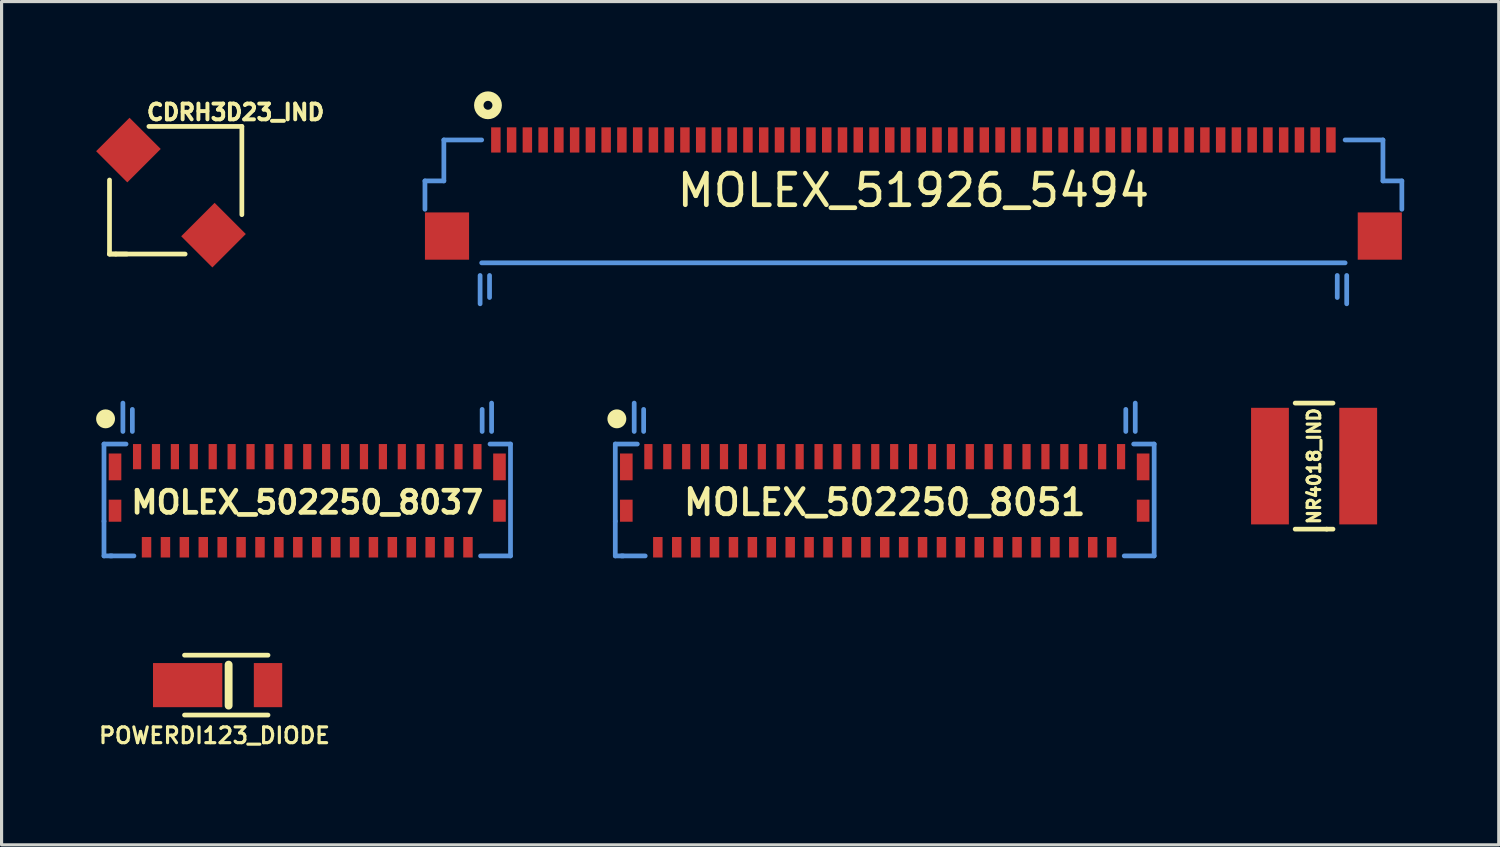
<source format=kicad_pcb>
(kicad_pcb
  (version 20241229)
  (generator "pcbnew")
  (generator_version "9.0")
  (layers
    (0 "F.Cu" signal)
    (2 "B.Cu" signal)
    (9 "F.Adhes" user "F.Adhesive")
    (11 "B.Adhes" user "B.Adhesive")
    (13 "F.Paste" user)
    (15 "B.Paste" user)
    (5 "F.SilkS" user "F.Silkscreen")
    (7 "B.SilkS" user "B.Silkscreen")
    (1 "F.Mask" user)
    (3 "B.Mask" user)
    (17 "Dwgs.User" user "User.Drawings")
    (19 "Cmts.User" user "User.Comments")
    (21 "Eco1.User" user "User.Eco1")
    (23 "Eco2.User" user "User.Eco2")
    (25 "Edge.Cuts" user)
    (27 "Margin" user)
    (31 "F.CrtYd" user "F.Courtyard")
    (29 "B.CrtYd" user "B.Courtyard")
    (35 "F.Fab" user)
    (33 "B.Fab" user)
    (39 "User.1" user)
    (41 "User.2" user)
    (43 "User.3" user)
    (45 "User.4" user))
  (footprint "MOLEX_51926_5494"
    (layer "F.Cu")
    (at 25.935 1.391)
    (property "Reference" "MOLEX_51926_5494" (at 0 1.6 0) (layer "F.SilkS") (effects (font (size 1 1) (thickness 0.15))))
    (attr through_hole)
    (fp_circle (center -13.5 -1.1) (end -13.4 -1) (stroke (width 0.3) (type solid)) (fill no) (layer "F.SilkS"))
    (fp_line (start -15.5 1.3) (end -14.9 1.3) (stroke (width 0.15) (type solid)) (layer "Cmts.User"))
    (fp_line (start -15.5 2.2) (end -15.5 1.3) (stroke (width 0.15) (type solid)) (layer "Cmts.User"))
    (fp_line (start -14.9 0) (end -13.7 0) (stroke (width 0.15) (type solid)) (layer "Cmts.User"))
    (fp_line (start -14.9 1.3) (end -14.9 0) (stroke (width 0.15) (type solid)) (layer "Cmts.User"))
    (fp_line (start -13.75 4.3) (end -13.75 5.2) (stroke (width 0.15) (type solid)) (layer "Cmts.User"))
    (fp_line (start -13.7 3.9) (end 13.7 3.9) (stroke (width 0.15) (type solid)) (layer "Cmts.User"))
    (fp_line (start -13.45 4.3) (end -13.45 5) (stroke (width 0.15) (type solid)) (layer "Cmts.User"))
    (fp_line (start 13.45 4.3) (end 13.45 5) (stroke (width 0.15) (type solid)) (layer "Cmts.User"))
    (fp_line (start 13.75 4.3) (end 13.75 5.2) (stroke (width 0.15) (type solid)) (layer "Cmts.User"))
    (fp_line (start 14.9 0) (end 13.7 0) (stroke (width 0.15) (type solid)) (layer "Cmts.User"))
    (fp_line (start 14.9 1.3) (end 14.9 0) (stroke (width 0.15) (type solid)) (layer "Cmts.User"))
    (fp_line (start 15.5 1.3) (end 14.9 1.3) (stroke (width 0.15) (type solid)) (layer "Cmts.User"))
    (fp_line (start 15.5 2.2) (end 15.5 1.3) (stroke (width 0.15) (type solid)) (layer "Cmts.User"))
    (pad "1" smd rect (at -13.25 0) (size 0.3 0.8) (layers "F.Cu" "F.Mask" "F.Paste"))
    (pad "2" smd rect (at -12.75 0) (size 0.3 0.8) (layers "F.Cu" "F.Mask" "F.Paste"))
    (pad "3" smd rect (at -12.25 0) (size 0.3 0.8) (layers "F.Cu" "F.Mask" "F.Paste"))
    (pad "4" smd rect (at -11.75 0) (size 0.3 0.8) (layers "F.Cu" "F.Mask" "F.Paste"))
    (pad "5" smd rect (at -11.25 0) (size 0.3 0.8) (layers "F.Cu" "F.Mask" "F.Paste"))
    (pad "6" smd rect (at -10.75 0) (size 0.3 0.8) (layers "F.Cu" "F.Mask" "F.Paste"))
    (pad "7" smd rect (at -10.25 0) (size 0.3 0.8) (layers "F.Cu" "F.Mask" "F.Paste"))
    (pad "8" smd rect (at -9.75 0) (size 0.3 0.8) (layers "F.Cu" "F.Mask" "F.Paste"))
    (pad "9" smd rect (at -9.25 0) (size 0.3 0.8) (layers "F.Cu" "F.Mask" "F.Paste"))
    (pad "10" smd rect (at -8.75 0) (size 0.3 0.8) (layers "F.Cu" "F.Mask" "F.Paste"))
    (pad "11" smd rect (at -8.25 0) (size 0.3 0.8) (layers "F.Cu" "F.Mask" "F.Paste"))
    (pad "12" smd rect (at -7.75 0) (size 0.3 0.8) (layers "F.Cu" "F.Mask" "F.Paste"))
    (pad "13" smd rect (at -7.25 0) (size 0.3 0.8) (layers "F.Cu" "F.Mask" "F.Paste"))
    (pad "14" smd rect (at -6.75 0) (size 0.3 0.8) (layers "F.Cu" "F.Mask" "F.Paste"))
    (pad "15" smd rect (at -6.25 0) (size 0.3 0.8) (layers "F.Cu" "F.Mask" "F.Paste"))
    (pad "16" smd rect (at -5.75 0) (size 0.3 0.8) (layers "F.Cu" "F.Mask" "F.Paste"))
    (pad "17" smd rect (at -5.25 0) (size 0.3 0.8) (layers "F.Cu" "F.Mask" "F.Paste"))
    (pad "18" smd rect (at -4.75 0) (size 0.3 0.8) (layers "F.Cu" "F.Mask" "F.Paste"))
    (pad "19" smd rect (at -4.25 0) (size 0.3 0.8) (layers "F.Cu" "F.Mask" "F.Paste"))
    (pad "20" smd rect (at -3.75 0) (size 0.3 0.8) (layers "F.Cu" "F.Mask" "F.Paste"))
    (pad "21" smd rect (at -3.25 0) (size 0.3 0.8) (layers "F.Cu" "F.Mask" "F.Paste"))
    (pad "22" smd rect (at -2.75 0) (size 0.3 0.8) (layers "F.Cu" "F.Mask" "F.Paste"))
    (pad "23" smd rect (at -2.25 0) (size 0.3 0.8) (layers "F.Cu" "F.Mask" "F.Paste"))
    (pad "24" smd rect (at -1.75 0) (size 0.3 0.8) (layers "F.Cu" "F.Mask" "F.Paste"))
    (pad "25" smd rect (at -1.25 0) (size 0.3 0.8) (layers "F.Cu" "F.Mask" "F.Paste"))
    (pad "26" smd rect (at -0.75 0) (size 0.3 0.8) (layers "F.Cu" "F.Mask" "F.Paste"))
    (pad "27" smd rect (at -0.25 0) (size 0.3 0.8) (layers "F.Cu" "F.Mask" "F.Paste"))
    (pad "28" smd rect (at 0.25 0) (size 0.3 0.8) (layers "F.Cu" "F.Mask" "F.Paste"))
    (pad "29" smd rect (at 0.75 0) (size 0.3 0.8) (layers "F.Cu" "F.Mask" "F.Paste"))
    (pad "30" smd rect (at 1.25 0) (size 0.3 0.8) (layers "F.Cu" "F.Mask" "F.Paste"))
    (pad "31" smd rect (at 1.75 0) (size 0.3 0.8) (layers "F.Cu" "F.Mask" "F.Paste"))
    (pad "32" smd rect (at 2.25 0) (size 0.3 0.8) (layers "F.Cu" "F.Mask" "F.Paste"))
    (pad "33" smd rect (at 2.75 0) (size 0.3 0.8) (layers "F.Cu" "F.Mask" "F.Paste"))
    (pad "34" smd rect (at 3.25 0) (size 0.3 0.8) (layers "F.Cu" "F.Mask" "F.Paste"))
    (pad "35" smd rect (at 3.75 0) (size 0.3 0.8) (layers "F.Cu" "F.Mask" "F.Paste"))
    (pad "36" smd rect (at 4.25 0) (size 0.3 0.8) (layers "F.Cu" "F.Mask" "F.Paste"))
    (pad "37" smd rect (at 4.75 0) (size 0.3 0.8) (layers "F.Cu" "F.Mask" "F.Paste"))
    (pad "38" smd rect (at 5.25 0) (size 0.3 0.8) (layers "F.Cu" "F.Mask" "F.Paste"))
    (pad "39" smd rect (at 5.75 0) (size 0.3 0.8) (layers "F.Cu" "F.Mask" "F.Paste"))
    (pad "40" smd rect (at 6.25 0) (size 0.3 0.8) (layers "F.Cu" "F.Mask" "F.Paste"))
    (pad "41" smd rect (at 6.75 0) (size 0.3 0.8) (layers "F.Cu" "F.Mask" "F.Paste"))
    (pad "42" smd rect (at 7.25 0) (size 0.3 0.8) (layers "F.Cu" "F.Mask" "F.Paste"))
    (pad "43" smd rect (at 7.75 0) (size 0.3 0.8) (layers "F.Cu" "F.Mask" "F.Paste"))
    (pad "44" smd rect (at 8.25 0) (size 0.3 0.8) (layers "F.Cu" "F.Mask" "F.Paste"))
    (pad "45" smd rect (at 8.75 0) (size 0.3 0.8) (layers "F.Cu" "F.Mask" "F.Paste"))
    (pad "46" smd rect (at 9.25 0) (size 0.3 0.8) (layers "F.Cu" "F.Mask" "F.Paste"))
    (pad "47" smd rect (at 9.75 0) (size 0.3 0.8) (layers "F.Cu" "F.Mask" "F.Paste"))
    (pad "48" smd rect (at 10.25 0) (size 0.3 0.8) (layers "F.Cu" "F.Mask" "F.Paste"))
    (pad "49" smd rect (at 10.75 0) (size 0.3 0.8) (layers "F.Cu" "F.Mask" "F.Paste"))
    (pad "50" smd rect (at 11.25 0) (size 0.3 0.8) (layers "F.Cu" "F.Mask" "F.Paste"))
    (pad "51" smd rect (at 11.75 0) (size 0.3 0.8) (layers "F.Cu" "F.Mask" "F.Paste"))
    (pad "52" smd rect (at 12.25 0) (size 0.3 0.8) (layers "F.Cu" "F.Mask" "F.Paste"))
    (pad "53" smd rect (at 12.75 0) (size 0.3 0.8) (layers "F.Cu" "F.Mask" "F.Paste"))
    (pad "54" smd rect (at 13.25 0) (size 0.3 0.8) (layers "F.Cu" "F.Mask" "F.Paste"))
    (pad "SH" smd rect (at -14.8 3.05) (size 1.4 1.5) (layers "F.Cu" "F.Mask" "F.Paste"))
    (pad "SH" smd rect (at 14.8 3.05) (size 1.4 1.5) (layers "F.Cu" "F.Mask" "F.Paste")))
  (footprint "MOLEX_502250_8051"
    (layer "F.Cu")
    (at 25.025 11.441)
    (property "Reference" "MOLEX_502250_8051" (at 0 1.45 0) (layer "F.SilkS") (effects (font (size 0.8 0.8) (thickness 0.15))))
    (attr through_hole)
    (fp_circle (center -8.5 -1.2) (end -8.5 -1.35) (stroke (width 0.3) (type solid)) (fill no) (layer "F.SilkS"))
    (fp_line (start -8.55 -0.4) (end -8.55 2.05) (stroke (width 0.15) (type solid)) (layer "Cmts.User"))
    (fp_line (start -8.55 2.05) (end -8.55 3.15) (stroke (width 0.15) (type solid)) (layer "Cmts.User"))
    (fp_line (start -8.55 3.15) (end -8.3 3.15) (stroke (width 0.15) (type solid)) (layer "Cmts.User"))
    (fp_line (start -7.95 -0.8) (end -7.95 -1.7) (stroke (width 0.15) (type solid)) (layer "Cmts.User"))
    (fp_line (start -7.85 -0.4) (end -8.55 -0.4) (stroke (width 0.15) (type solid)) (layer "Cmts.User"))
    (fp_line (start -7.65 -0.8) (end -7.65 -1.5) (stroke (width 0.15) (type solid)) (layer "Cmts.User"))
    (fp_line (start -7.6 3.15) (end -8.35 3.15) (stroke (width 0.15) (type solid)) (layer "Cmts.User"))
    (fp_line (start 7.6 3.15) (end 8.55 3.15) (stroke (width 0.15) (type solid)) (layer "Cmts.User"))
    (fp_line (start 7.65 -0.8) (end 7.65 -1.5) (stroke (width 0.15) (type solid)) (layer "Cmts.User"))
    (fp_line (start 7.95 -0.8) (end 7.95 -1.7) (stroke (width 0.15) (type solid)) (layer "Cmts.User"))
    (fp_line (start 8.55 -0.4) (end 7.9 -0.4) (stroke (width 0.15) (type solid)) (layer "Cmts.User"))
    (fp_line (start 8.55 3.15) (end 8.55 -0.4) (stroke (width 0.15) (type solid)) (layer "Cmts.User"))
    (pad "1" smd rect (at -7.5 0) (size 0.26 0.8) (layers "F.Cu" "F.Mask" "F.Paste"))
    (pad "2" smd rect (at -7.2 2.875) (size 0.3 0.65) (layers "F.Cu" "F.Mask" "F.Paste"))
    (pad "3" smd rect (at -6.9 0) (size 0.26 0.8) (layers "F.Cu" "F.Mask" "F.Paste"))
    (pad "4" smd rect (at -6.6 2.875) (size 0.3 0.65) (layers "F.Cu" "F.Mask" "F.Paste"))
    (pad "5" smd rect (at -6.3 0) (size 0.26 0.8) (layers "F.Cu" "F.Mask" "F.Paste"))
    (pad "6" smd rect (at -6 2.875) (size 0.3 0.65) (layers "F.Cu" "F.Mask" "F.Paste"))
    (pad "7" smd rect (at -5.7 0) (size 0.26 0.8) (layers "F.Cu" "F.Mask" "F.Paste"))
    (pad "8" smd rect (at -5.4 2.875) (size 0.3 0.65) (layers "F.Cu" "F.Mask" "F.Paste"))
    (pad "9" smd rect (at -5.1 0) (size 0.26 0.8) (layers "F.Cu" "F.Mask" "F.Paste"))
    (pad "10" smd rect (at -4.8 2.875) (size 0.3 0.65) (layers "F.Cu" "F.Mask" "F.Paste"))
    (pad "11" smd rect (at -4.5 0) (size 0.26 0.8) (layers "F.Cu" "F.Mask" "F.Paste"))
    (pad "12" smd rect (at -4.2 2.875) (size 0.3 0.65) (layers "F.Cu" "F.Mask" "F.Paste"))
    (pad "13" smd rect (at -3.9 0) (size 0.26 0.8) (layers "F.Cu" "F.Mask" "F.Paste"))
    (pad "14" smd rect (at -3.6 2.875) (size 0.3 0.65) (layers "F.Cu" "F.Mask" "F.Paste"))
    (pad "15" smd rect (at -3.3 0) (size 0.26 0.8) (layers "F.Cu" "F.Mask" "F.Paste"))
    (pad "16" smd rect (at -3 2.875) (size 0.3 0.65) (layers "F.Cu" "F.Mask" "F.Paste"))
    (pad "17" smd rect (at -2.7 0) (size 0.26 0.8) (layers "F.Cu" "F.Mask" "F.Paste"))
    (pad "18" smd rect (at -2.4 2.875) (size 0.3 0.65) (layers "F.Cu" "F.Mask" "F.Paste"))
    (pad "19" smd rect (at -2.1 0) (size 0.26 0.8) (layers "F.Cu" "F.Mask" "F.Paste"))
    (pad "20" smd rect (at -1.8 2.875) (size 0.3 0.65) (layers "F.Cu" "F.Mask" "F.Paste"))
    (pad "21" smd rect (at -1.5 0) (size 0.26 0.8) (layers "F.Cu" "F.Mask" "F.Paste"))
    (pad "22" smd rect (at -1.2 2.875) (size 0.3 0.65) (layers "F.Cu" "F.Mask" "F.Paste"))
    (pad "23" smd rect (at -0.9 0) (size 0.26 0.8) (layers "F.Cu" "F.Mask" "F.Paste"))
    (pad "24" smd rect (at -0.6 2.875) (size 0.3 0.65) (layers "F.Cu" "F.Mask" "F.Paste"))
    (pad "25" smd rect (at -0.3 0) (size 0.26 0.8) (layers "F.Cu" "F.Mask" "F.Paste"))
    (pad "26" smd rect (at 0 2.875) (size 0.3 0.65) (layers "F.Cu" "F.Mask" "F.Paste"))
    (pad "27" smd rect (at 0.3 0) (size 0.26 0.8) (layers "F.Cu" "F.Mask" "F.Paste"))
    (pad "28" smd rect (at 0.6 2.875) (size 0.3 0.65) (layers "F.Cu" "F.Mask" "F.Paste"))
    (pad "29" smd rect (at 0.9 0) (size 0.26 0.8) (layers "F.Cu" "F.Mask" "F.Paste"))
    (pad "30" smd rect (at 1.2 2.875) (size 0.3 0.65) (layers "F.Cu" "F.Mask" "F.Paste"))
    (pad "31" smd rect (at 1.5 0) (size 0.26 0.8) (layers "F.Cu" "F.Mask" "F.Paste"))
    (pad "32" smd rect (at 1.8 2.875) (size 0.3 0.65) (layers "F.Cu" "F.Mask" "F.Paste"))
    (pad "33" smd rect (at 2.1 0) (size 0.26 0.8) (layers "F.Cu" "F.Mask" "F.Paste"))
    (pad "34" smd rect (at 2.4 2.875) (size 0.3 0.65) (layers "F.Cu" "F.Mask" "F.Paste"))
    (pad "35" smd rect (at 2.7 0) (size 0.26 0.8) (layers "F.Cu" "F.Mask" "F.Paste"))
    (pad "36" smd rect (at 3 2.875) (size 0.3 0.65) (layers "F.Cu" "F.Mask" "F.Paste"))
    (pad "37" smd rect (at 3.3 0) (size 0.26 0.8) (layers "F.Cu" "F.Mask" "F.Paste"))
    (pad "38" smd rect (at 3.6 2.875) (size 0.3 0.65) (layers "F.Cu" "F.Mask" "F.Paste"))
    (pad "39" smd rect (at 3.9 0) (size 0.26 0.8) (layers "F.Cu" "F.Mask" "F.Paste"))
    (pad "40" smd rect (at 4.2 2.875) (size 0.3 0.65) (layers "F.Cu" "F.Mask" "F.Paste"))
    (pad "41" smd rect (at 4.5 0) (size 0.26 0.8) (layers "F.Cu" "F.Mask" "F.Paste"))
    (pad "42" smd rect (at 4.8 2.875) (size 0.3 0.65) (layers "F.Cu" "F.Mask" "F.Paste"))
    (pad "43" smd rect (at 5.1 0) (size 0.26 0.8) (layers "F.Cu" "F.Mask" "F.Paste"))
    (pad "44" smd rect (at 5.4 2.875) (size 0.3 0.65) (layers "F.Cu" "F.Mask" "F.Paste"))
    (pad "45" smd rect (at 5.7 0) (size 0.26 0.8) (layers "F.Cu" "F.Mask" "F.Paste"))
    (pad "46" smd rect (at 6 2.875) (size 0.3 0.65) (layers "F.Cu" "F.Mask" "F.Paste"))
    (pad "47" smd rect (at 6.3 0) (size 0.26 0.8) (layers "F.Cu" "F.Mask" "F.Paste"))
    (pad "48" smd rect (at 6.6 2.875) (size 0.3 0.65) (layers "F.Cu" "F.Mask" "F.Paste"))
    (pad "49" smd rect (at 6.9 0) (size 0.26 0.8) (layers "F.Cu" "F.Mask" "F.Paste"))
    (pad "50" smd rect (at 7.2 2.875) (size 0.3 0.65) (layers "F.Cu" "F.Mask" "F.Paste"))
    (pad "51" smd rect (at 7.5 0) (size 0.26 0.8) (layers "F.Cu" "F.Mask" "F.Paste"))
    (pad "SH" smd rect (at -8.2 0.325) (size 0.4 0.85) (layers "F.Cu" "F.Mask" "F.Paste"))
    (pad "SH" smd rect (at -8.2 1.715) (size 0.4 0.7) (layers "F.Cu" "F.Mask" "F.Paste"))
    (pad "SH" smd rect (at 8.2 0.325) (size 0.4 0.85) (layers "F.Cu" "F.Mask" "F.Paste"))
    (pad "SH" smd rect (at 8.2 1.715) (size 0.4 0.7) (layers "F.Cu" "F.Mask" "F.Paste")))
  (footprint "NR4018_IND"
    (layer "F.Cu")
    (at 38.65 11.741)
    (property "Reference" "NR4018_IND" (at 0 0 90) (layer "F.SilkS") (effects (font (size 0.4 0.4) (thickness 0.1))))
    (attr through_hole)
    (fp_line (start -0.6 2) (end 0.4 2) (stroke (width 0.15) (type solid)) (layer "F.SilkS"))
    (fp_line (start 0.6 -2) (end -0.6 -2) (stroke (width 0.15) (type solid)) (layer "F.SilkS"))
    (fp_line (start 0.6 2) (end 0.4 2) (stroke (width 0.15) (type solid)) (layer "F.SilkS"))
    (pad "1" smd rect (at -1.4 0) (size 1.2 3.7) (layers "F.Cu" "F.Mask" "F.Paste"))
    (pad "2" smd rect (at 1.4 0) (size 1.2 3.7) (layers "F.Cu" "F.Mask" "F.Paste")))
  (footprint "MOLEX_502250_8037"
    (layer "F.Cu")
    (at 6.7 11.441)
    (property "Reference" "MOLEX_502250_8037" (at 0 1.45 0) (layer "F.SilkS") (effects (font (size 0.7 0.7) (thickness 0.15))))
    (attr through_hole)
    (fp_circle (center -6.4 -1.2) (end -6.4 -1.35) (stroke (width 0.3) (type solid)) (fill no) (layer "F.SilkS"))
    (fp_line (start -6.45 -0.4) (end -6.45 2.05) (stroke (width 0.15) (type solid)) (layer "Cmts.User"))
    (fp_line (start -6.45 2.05) (end -6.45 3.15) (stroke (width 0.15) (type solid)) (layer "Cmts.User"))
    (fp_line (start -6.45 3.15) (end -6.2 3.15) (stroke (width 0.15) (type solid)) (layer "Cmts.User"))
    (fp_line (start -5.85 -0.8) (end -5.85 -1.7) (stroke (width 0.15) (type solid)) (layer "Cmts.User"))
    (fp_line (start -5.75 -0.4) (end -6.45 -0.4) (stroke (width 0.15) (type solid)) (layer "Cmts.User"))
    (fp_line (start -5.55 -0.8) (end -5.55 -1.5) (stroke (width 0.15) (type solid)) (layer "Cmts.User"))
    (fp_line (start -5.5 3.15) (end -6.25 3.15) (stroke (width 0.15) (type solid)) (layer "Cmts.User"))
    (fp_line (start 5.5 3.15) (end 6.45 3.15) (stroke (width 0.15) (type solid)) (layer "Cmts.User"))
    (fp_line (start 5.55 -0.8) (end 5.55 -1.5) (stroke (width 0.15) (type solid)) (layer "Cmts.User"))
    (fp_line (start 5.85 -0.8) (end 5.85 -1.7) (stroke (width 0.15) (type solid)) (layer "Cmts.User"))
    (fp_line (start 6.45 -0.4) (end 5.8 -0.4) (stroke (width 0.15) (type solid)) (layer "Cmts.User"))
    (fp_line (start 6.45 3.15) (end 6.45 -0.4) (stroke (width 0.15) (type solid)) (layer "Cmts.User"))
    (pad "1" smd rect (at -5.4 0) (size 0.26 0.8) (layers "F.Cu" "F.Mask" "F.Paste"))
    (pad "2" smd rect (at -5.1 2.875) (size 0.3 0.65) (layers "F.Cu" "F.Mask" "F.Paste"))
    (pad "3" smd rect (at -4.8 0) (size 0.26 0.8) (layers "F.Cu" "F.Mask" "F.Paste"))
    (pad "4" smd rect (at -4.5 2.875) (size 0.3 0.65) (layers "F.Cu" "F.Mask" "F.Paste"))
    (pad "5" smd rect (at -4.2 0) (size 0.26 0.8) (layers "F.Cu" "F.Mask" "F.Paste"))
    (pad "6" smd rect (at -3.9 2.875) (size 0.3 0.65) (layers "F.Cu" "F.Mask" "F.Paste"))
    (pad "7" smd rect (at -3.6 0) (size 0.26 0.8) (layers "F.Cu" "F.Mask" "F.Paste"))
    (pad "8" smd rect (at -3.3 2.875) (size 0.3 0.65) (layers "F.Cu" "F.Mask" "F.Paste"))
    (pad "9" smd rect (at -3 0) (size 0.26 0.8) (layers "F.Cu" "F.Mask" "F.Paste"))
    (pad "10" smd rect (at -2.7 2.875) (size 0.3 0.65) (layers "F.Cu" "F.Mask" "F.Paste"))
    (pad "11" smd rect (at -2.4 0) (size 0.26 0.8) (layers "F.Cu" "F.Mask" "F.Paste"))
    (pad "12" smd rect (at -2.1 2.875) (size 0.3 0.65) (layers "F.Cu" "F.Mask" "F.Paste"))
    (pad "13" smd rect (at -1.8 0) (size 0.26 0.8) (layers "F.Cu" "F.Mask" "F.Paste"))
    (pad "14" smd rect (at -1.5 2.875) (size 0.3 0.65) (layers "F.Cu" "F.Mask" "F.Paste"))
    (pad "15" smd rect (at -1.2 0) (size 0.26 0.8) (layers "F.Cu" "F.Mask" "F.Paste"))
    (pad "16" smd rect (at -0.9 2.875) (size 0.3 0.65) (layers "F.Cu" "F.Mask" "F.Paste"))
    (pad "17" smd rect (at -0.6 0) (size 0.26 0.8) (layers "F.Cu" "F.Mask" "F.Paste"))
    (pad "18" smd rect (at -0.3 2.875) (size 0.3 0.65) (layers "F.Cu" "F.Mask" "F.Paste"))
    (pad "19" smd rect (at 0 0) (size 0.26 0.8) (layers "F.Cu" "F.Mask" "F.Paste"))
    (pad "20" smd rect (at 0.3 2.875) (size 0.3 0.65) (layers "F.Cu" "F.Mask" "F.Paste"))
    (pad "21" smd rect (at 0.6 0) (size 0.26 0.8) (layers "F.Cu" "F.Mask" "F.Paste"))
    (pad "22" smd rect (at 0.9 2.875) (size 0.3 0.65) (layers "F.Cu" "F.Mask" "F.Paste"))
    (pad "23" smd rect (at 1.2 0) (size 0.26 0.8) (layers "F.Cu" "F.Mask" "F.Paste"))
    (pad "24" smd rect (at 1.5 2.875) (size 0.3 0.65) (layers "F.Cu" "F.Mask" "F.Paste"))
    (pad "25" smd rect (at 1.8 0) (size 0.26 0.8) (layers "F.Cu" "F.Mask" "F.Paste"))
    (pad "26" smd rect (at 2.1 2.875) (size 0.3 0.65) (layers "F.Cu" "F.Mask" "F.Paste"))
    (pad "27" smd rect (at 2.4 0) (size 0.26 0.8) (layers "F.Cu" "F.Mask" "F.Paste"))
    (pad "28" smd rect (at 2.7 2.875) (size 0.3 0.65) (layers "F.Cu" "F.Mask" "F.Paste"))
    (pad "29" smd rect (at 3 0) (size 0.26 0.8) (layers "F.Cu" "F.Mask" "F.Paste"))
    (pad "30" smd rect (at 3.3 2.875) (size 0.3 0.65) (layers "F.Cu" "F.Mask" "F.Paste"))
    (pad "31" smd rect (at 3.6 0) (size 0.26 0.8) (layers "F.Cu" "F.Mask" "F.Paste"))
    (pad "32" smd rect (at 3.9 2.875) (size 0.3 0.65) (layers "F.Cu" "F.Mask" "F.Paste"))
    (pad "33" smd rect (at 4.2 0) (size 0.26 0.8) (layers "F.Cu" "F.Mask" "F.Paste"))
    (pad "34" smd rect (at 4.5 2.875) (size 0.3 0.65) (layers "F.Cu" "F.Mask" "F.Paste"))
    (pad "35" smd rect (at 4.8 0) (size 0.26 0.8) (layers "F.Cu" "F.Mask" "F.Paste"))
    (pad "36" smd rect (at 5.1 2.875) (size 0.3 0.65) (layers "F.Cu" "F.Mask" "F.Paste"))
    (pad "37" smd rect (at 5.4 0) (size 0.26 0.8) (layers "F.Cu" "F.Mask" "F.Paste"))
    (pad "SH" smd rect (at -6.1 0.325) (size 0.4 0.85) (layers "F.Cu" "F.Mask" "F.Paste"))
    (pad "SH" smd rect (at -6.1 1.715) (size 0.4 0.7) (layers "F.Cu" "F.Mask" "F.Paste"))
    (pad "SH" smd rect (at 6.1 0.325) (size 0.4 0.85) (layers "F.Cu" "F.Mask" "F.Paste"))
    (pad "SH" smd rect (at 6.1 1.715) (size 0.4 0.7) (layers "F.Cu" "F.Mask" "F.Paste")))
  (footprint "CDRH3D23_IND"
    (layer "F.Cu")
    (at 2.375 3.062)
    (property "Reference" "CDRH3D23_IND" (at 2.05 -2.55 0) (layer "F.SilkS") (effects (font (size 0.5 0.5) (thickness 0.125))))
    (attr through_hole)
    (fp_line (start -1.95 -0.4) (end -1.95 1.95) (stroke (width 0.15) (type solid)) (layer "F.SilkS"))
    (fp_line (start -1.75 1.95) (end -1.95 1.95) (stroke (width 0.15) (type solid)) (layer "F.SilkS"))
    (fp_line (start -1.4 1.95) (end -1.75 1.95) (stroke (width 0.15) (type solid)) (layer "F.SilkS"))
    (fp_line (start -0.7 -2.1) (end 2.25 -2.1) (stroke (width 0.15) (type solid)) (layer "F.SilkS"))
    (fp_line (start 0.45 1.95) (end -1.95 1.95) (stroke (width 0.15) (type solid)) (layer "F.SilkS"))
    (fp_line (start 2.25 -2.1) (end 2.25 0.7) (stroke (width 0.15) (type solid)) (layer "F.SilkS"))
    (pad "1" smd rect (at -1.35 -1.35 45) (size 1.5 1.4) (layers "F.Cu" "F.Mask" "F.Paste"))
    (pad "2" smd rect (at 1.35 1.35 45) (size 1.5 1.4) (layers "F.Cu" "F.Mask" "F.Paste")))
  (footprint "POWERDI123_DIODE"
    (layer "F.Cu")
    (at 3.755 18.691)
    (property "Reference" "POWERDI123_DIODE" (at 0 1.6 0) (layer "F.SilkS") (effects (font (size 0.5 0.5) (thickness 0.1))))
    (attr through_hole)
    (fp_line (start -0.95 0.95) (end 1.7 0.95) (stroke (width 0.15) (type solid)) (layer "F.SilkS"))
    (fp_line (start 0.45 -0.65) (end 0.45 0.65) (stroke (width 0.25) (type solid)) (layer "F.SilkS"))
    (fp_line (start 1.7 -0.95) (end -0.95 -0.95) (stroke (width 0.15) (type solid)) (layer "F.SilkS"))
    (pad "A" smd rect (at 1.7 0) (size 0.9 1.4) (layers "F.Cu" "F.Mask" "F.Paste"))
    (pad "K" smd rect (at -0.85 0) (size 2.2 1.4) (layers "F.Cu" "F.Mask" "F.Paste")))
  (gr_rect
    (start -3 -3)
    (end 44.51 23.759)
    (stroke (width 0.1) (type default))
    (fill no)
    (layer "Edge.Cuts")))
</source>
